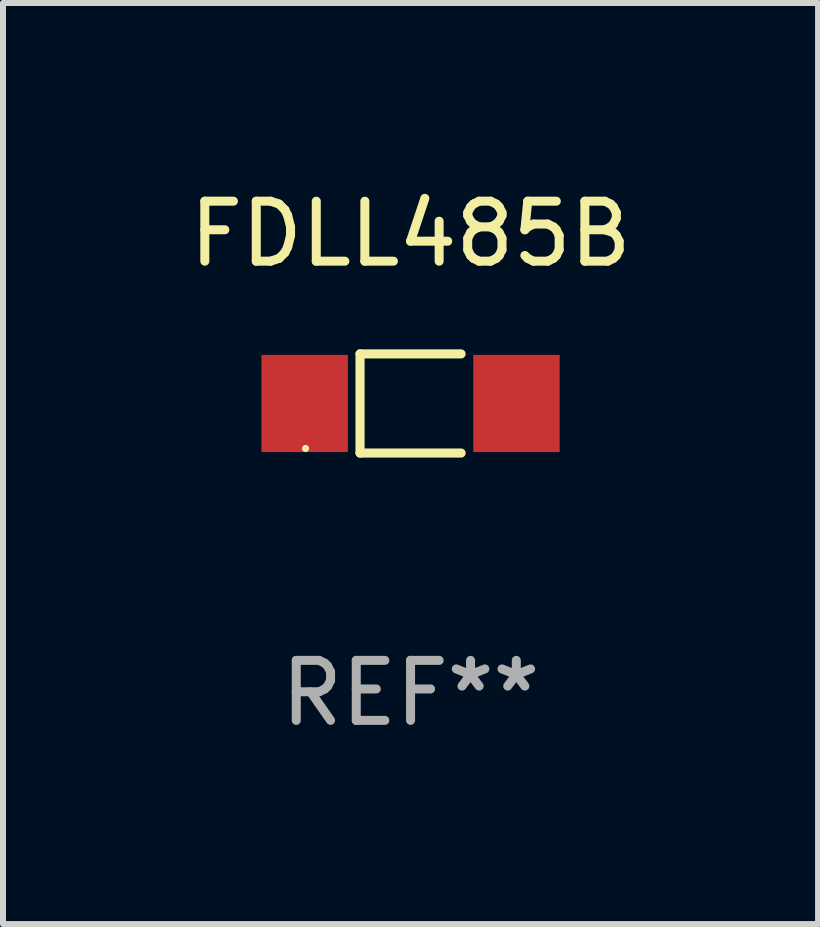
<source format=kicad_pcb>
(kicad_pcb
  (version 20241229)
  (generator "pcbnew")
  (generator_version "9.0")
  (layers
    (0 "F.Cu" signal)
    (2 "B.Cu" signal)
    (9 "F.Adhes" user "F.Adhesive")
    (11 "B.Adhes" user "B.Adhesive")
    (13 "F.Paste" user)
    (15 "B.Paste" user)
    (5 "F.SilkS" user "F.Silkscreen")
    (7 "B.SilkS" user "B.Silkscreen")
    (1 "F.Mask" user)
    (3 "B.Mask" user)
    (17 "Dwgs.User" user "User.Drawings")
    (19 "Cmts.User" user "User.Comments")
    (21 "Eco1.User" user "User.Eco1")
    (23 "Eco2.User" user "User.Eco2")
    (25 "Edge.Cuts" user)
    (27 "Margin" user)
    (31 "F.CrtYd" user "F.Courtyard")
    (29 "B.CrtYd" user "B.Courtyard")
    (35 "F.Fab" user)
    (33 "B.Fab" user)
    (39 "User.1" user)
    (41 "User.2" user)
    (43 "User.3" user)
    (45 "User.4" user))
  (footprint "FDLL485B"
    (layer "F.Cu")
    (at 3.792 3.674)
    (property "Reference" "FDLL485B" (at 0 -2.826 0) (layer "F.SilkS") (effects (font (size 1 1) (thickness 0.15))))
    (attr through_hole)
    (fp_line (start -0.842 -0.826) (end -0.842 0.826) (stroke (width 0.152) (type solid)) (layer "F.SilkS"))
    (fp_line (start -0.842 -0.826) (end 0.842 -0.826) (stroke (width 0.152) (type solid)) (layer "F.SilkS"))
    (fp_line (start -0.842 0.826) (end 0.842 0.826) (stroke (width 0.152) (type solid)) (layer "F.SilkS"))
    (fp_circle (center -1.75 0.75) (end -1.72 0.75) (stroke (width 0.06) (type solid)) (fill no) (layer "F.SilkS"))
    (fp_text user "REF**" (at 0 4.826 0) (layer "F.Fab") (effects (font (size 1 1) (thickness 0.15))))
    (pad "1" smd rect (at -1.765 0) (size 1.44 1.62) (layers "F.Cu" "F.Mask" "F.Paste"))
    (pad "2" smd rect (at 1.765 0) (size 1.44 1.62) (layers "F.Cu" "F.Mask" "F.Paste")))
  (gr_rect
    (start -3 -3)
    (end 10.583 12.349)
    (stroke (width 0.1) (type default))
    (fill no)
    (layer "Edge.Cuts")))
</source>
